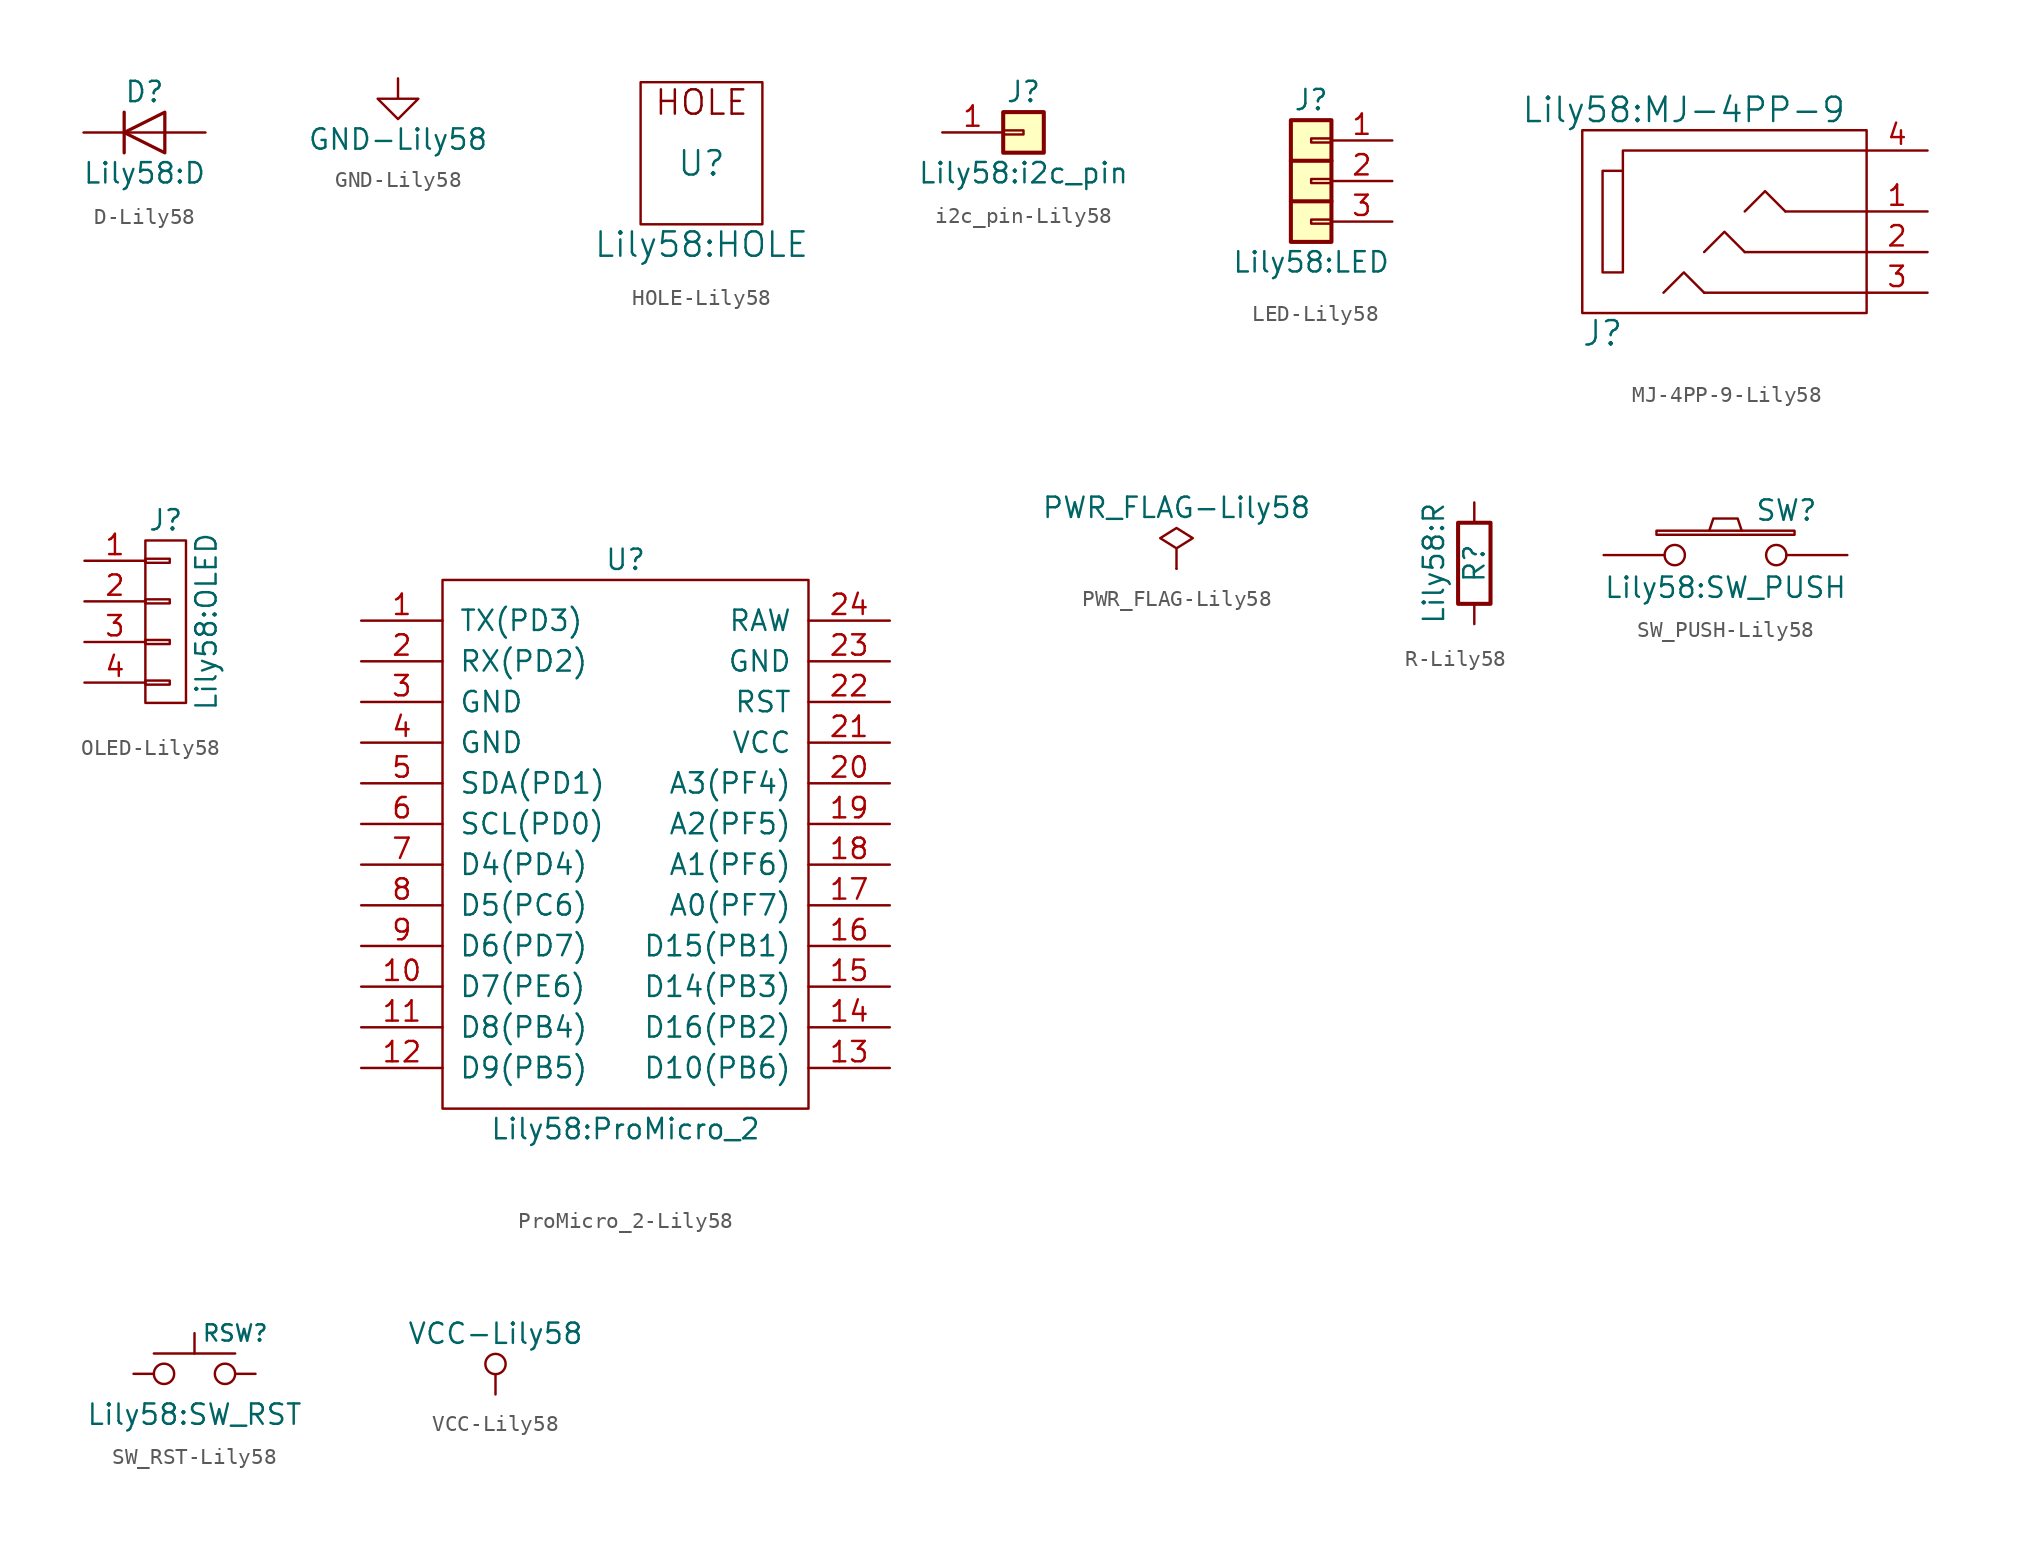
<source format=kicad_sym>
(kicad_symbol_lib
  (version 20220914)
  (generator kicad_symbol_editor)
  (symbol "D-Lily58"
    (pin_numbers hide)
    (pin_names
      (offset 1.016) hide)
    (property "Reference" "D"
      (at 0 2.54 0)
      (effects (font (size 1.27 1.27))))
    (property "Value" "Lily58:D"
      (at 0 -2.54 0)
      (effects (font (size 1.27 1.27))))
    (symbol "D-Lily58_0_1"
      (polyline (pts (xy -1.27 1.27) (xy -1.27 -1.27)) (stroke (width 0.203) (type solid)) (fill (type none)))
      (polyline (pts (xy 1.27 0) (xy -1.27 0)) (stroke (width 0) (type solid)) (fill (type none)))
      (polyline (pts (xy 1.27 1.27) (xy 1.27 -1.27) (xy -1.27 0) (xy 1.27 1.27)) (stroke (width 0.203) (type solid)) (fill (type none))))
    (symbol "D-Lily58_1_1"
      (pin passive line (at -3.81 0 0) (length 2.54) (name "K" (effects (font (size 1.27 1.27)))) (number "1" (effects (font (size 1.27 1.27)))))
      (pin passive line (at 3.81 0 180) (length 2.54) (name "A" (effects (font (size 1.27 1.27)))) (number "2" (effects (font (size 1.27 1.27)))))))
  (symbol "GND-Lily58"
    (power)
    (pin_names
      (offset 0))
    (property "Reference" "#PWR"
      (at 0 -6.35 0)
      (effects (font (size 1.27 1.27)) hide))
    (property "Value" "GND-Lily58"
      (at 0 -3.81 0)
      (effects (font (size 1.27 1.27))))
    (symbol "GND-Lily58_1_1"
      (polyline (pts (xy 0 0) (xy 0 -1.27) (xy 1.27 -1.27) (xy 0 -2.54) (xy -1.27 -1.27) (xy 0 -1.27)) (stroke (width 0) (type solid)) (fill (type none)))
      (pin power_in line (at 0 0 0) (length 0) hide (name "GND" (effects (font (size 1.27 1.27)))) (number "1" (effects (font (size 1.27 1.27)))))))
  (symbol "HOLE-Lily58"
    (pin_names
      (offset 1.016))
    (property "Reference" "U"
      (at 0 0 0)
      (effects (font (size 1.524 1.524))))
    (property "Value" "Lily58:HOLE"
      (at 0 -5.08 0)
      (effects (font (size 1.524 1.524))))
    (property "Footprint" ""
      (at 0 0 0)
      (effects (font (size 1.524 1.524))))
    (property "Datasheet" ""
      (at 0 0 0)
      (effects (font (size 1.524 1.524))))
    (symbol "HOLE-Lily58_0_0"
      (text "HOLE" (at 0 3.81 0) (effects (font (size 1.524 1.524)))))
    (symbol "HOLE-Lily58_0_1"
      (rectangle (start 3.81 5.08) (end -3.81 -3.81) (stroke (width 0) (type solid)) (fill (type none)))))
  (symbol "i2c_pin-Lily58"
    (pin_names
      (offset 1.016) hide)
    (property "Reference" "J"
      (at 0 2.54 0)
      (effects (font (size 1.27 1.27))))
    (property "Value" "Lily58:i2c_pin"
      (at 0 -2.54 0)
      (effects (font (size 1.27 1.27))))
    (symbol "i2c_pin-Lily58_1_1"
      (rectangle (start -1.27 0.127) (end 0 -0.127) (stroke (width 0.152) (type solid)) (fill (type none)))
      (rectangle (start -1.27 1.27) (end 1.27 -1.27) (stroke (width 0.254) (type solid)) (fill (type background)))
      (pin passive line (at -5.08 0 0) (length 3.81) (name "Pin_1" (effects (font (size 1.27 1.27)))) (number "1" (effects (font (size 1.27 1.27)))))))
  (symbol "LED-Lily58"
    (pin_names
      (offset 1.016) hide)
    (property "Reference" "J"
      (at 0 5.08 0)
      (effects (font (size 1.27 1.27))))
    (property "Value" "Lily58:LED"
      (at 0 -5.08 0)
      (effects (font (size 1.27 1.27))))
    (symbol "LED-Lily58_1_1"
      (rectangle (start -1.27 3.81) (end 1.27 -3.81) (stroke (width 0.254) (type solid)) (fill (type background)))
      (rectangle (start 0 -2.413) (end 1.27 -2.667) (stroke (width 0.152) (type solid)) (fill (type none)))
      (polyline (pts (xy -1.27 -1.27) (xy 1.27 -1.27)) (stroke (width 0.254) (type solid)) (fill (type none)))
      (polyline (pts (xy -1.27 1.27) (xy 1.27 1.27)) (stroke (width 0.254) (type solid)) (fill (type none)))
      (rectangle (start 0 0.127) (end 1.27 -0.127) (stroke (width 0.152) (type solid)) (fill (type none)))
      (rectangle (start 0 2.667) (end 1.27 2.413) (stroke (width 0.152) (type solid)) (fill (type none)))
      (pin passive line (at 5.08 2.54 180) (length 3.81) (name "Pin_1" (effects (font (size 1.27 1.27)))) (number "1" (effects (font (size 1.27 1.27)))))
      (pin passive line (at 5.08 0 180) (length 3.81) (name "Pin_2" (effects (font (size 1.27 1.27)))) (number "2" (effects (font (size 1.27 1.27)))))
      (pin passive line (at 5.08 -2.54 180) (length 3.81) (name "Pin_3" (effects (font (size 1.27 1.27)))) (number "3" (effects (font (size 1.27 1.27)))))))
  (symbol "MJ-4PP-9-Lily58"
    (pin_names
      (offset 1.016))
    (property "Reference" "J"
      (at -8.89 -7.62 0)
      (effects (font (size 1.524 1.524))))
    (property "Value" "Lily58:MJ-4PP-9"
      (at -3.81 6.35 0)
      (effects (font (size 1.524 1.524))))
    (property "Footprint" ""
      (at 0 0 0)
      (effects (font (size 1.524 1.524))))
    (property "Datasheet" ""
      (at 0 0 0)
      (effects (font (size 1.524 1.524))))
    (symbol "MJ-4PP-9-Lily58_0_1"
      (rectangle (start -7.62 2.54) (end -8.89 -3.81) (stroke (width 0) (type solid)) (fill (type none)))
      (polyline (pts (xy 2.54 0) (xy 7.62 0)) (stroke (width 0) (type solid)) (fill (type none)))
      (polyline (pts (xy -2.54 -5.08) (xy 7.62 -5.08) (xy 7.62 -5.08)) (stroke (width 0) (type solid)) (fill (type none)))
      (polyline (pts (xy 0 -2.54) (xy -1.27 -1.27) (xy -2.54 -2.54)) (stroke (width 0) (type solid)) (fill (type none)))
      (polyline (pts (xy 0 0) (xy 1.27 1.27) (xy 2.54 0)) (stroke (width 0) (type solid)) (fill (type none)))
      (polyline (pts (xy 7.62 3.81) (xy -7.62 3.81) (xy -7.62 2.54)) (stroke (width 0) (type solid)) (fill (type none)))
      (polyline (pts (xy -2.54 -5.08) (xy -3.81 -3.81) (xy -5.08 -5.08) (xy -5.08 -5.08)) (stroke (width 0) (type solid)) (fill (type none)))
      (polyline (pts (xy 0 -2.54) (xy 7.62 -2.54) (xy 7.62 -2.54) (xy 7.62 -2.54)) (stroke (width 0) (type solid)) (fill (type none)))
      (rectangle (start 7.62 -6.35) (end -10.16 5.08) (stroke (width 0) (type solid)) (fill (type none))))
    (symbol "MJ-4PP-9-Lily58_1_1"
      (pin passive line (at 11.43 0 180) (length 3.81) (name "~" (effects (font (size 1.27 1.27)))) (number "1" (effects (font (size 1.27 1.27)))))
      (pin passive line (at 11.43 -2.54 180) (length 3.81) (name "~" (effects (font (size 1.27 1.27)))) (number "2" (effects (font (size 1.27 1.27)))))
      (pin passive line (at 11.43 -5.08 180) (length 3.81) (name "~" (effects (font (size 1.27 1.27)))) (number "3" (effects (font (size 1.27 1.27)))))
      (pin passive line (at 11.43 3.81 180) (length 3.81) (name "~" (effects (font (size 1.27 1.27)))) (number "4" (effects (font (size 1.27 1.27)))))))
  (symbol "OLED-Lily58"
    (pin_names
      (offset 1.016) hide)
    (property "Reference" "J"
      (at 0 6.35 0)
      (effects (font (size 1.27 1.27))))
    (property "Value" "Lily58:OLED"
      (at 2.54 0 90)
      (effects (font (size 1.27 1.27))))
    (property "Footprint" ""
      (at 0 0 0)
      (effects (font (size 1.27 1.27))))
    (property "Datasheet" ""
      (at 0 0 0)
      (effects (font (size 1.27 1.27))))
    (symbol "OLED-Lily58_0_1"
      (rectangle (start -1.27 -3.683) (end 0.254 -3.937) (stroke (width 0) (type solid)) (fill (type none)))
      (rectangle (start -1.27 -1.143) (end 0.254 -1.397) (stroke (width 0) (type solid)) (fill (type none)))
      (rectangle (start -1.27 1.397) (end 0.254 1.143) (stroke (width 0) (type solid)) (fill (type none)))
      (rectangle (start -1.27 3.937) (end 0.254 3.683) (stroke (width 0) (type solid)) (fill (type none)))
      (rectangle (start -1.27 5.08) (end 1.27 -5.08) (stroke (width 0) (type solid)) (fill (type none))))
    (symbol "OLED-Lily58_1_1"
      (pin passive line (at -5.08 3.81 0) (length 3.81) (name "P1" (effects (font (size 1.27 1.27)))) (number "1" (effects (font (size 1.27 1.27)))))
      (pin passive line (at -5.08 1.27 0) (length 3.81) (name "P2" (effects (font (size 1.27 1.27)))) (number "2" (effects (font (size 1.27 1.27)))))
      (pin passive line (at -5.08 -1.27 0) (length 3.81) (name "P3" (effects (font (size 1.27 1.27)))) (number "3" (effects (font (size 1.27 1.27)))))
      (pin passive line (at -5.08 -3.81 0) (length 3.81) (name "P4" (effects (font (size 1.27 1.27)))) (number "4" (effects (font (size 1.27 1.27)))))))
  (symbol "ProMicro_2-Lily58"
    (pin_names
      (offset 1.016))
    (property "Reference" "U"
      (at 0 17.78 0)
      (effects (font (size 1.27 1.27))))
    (property "Value" "Lily58:ProMicro_2"
      (at 0 -17.78 0)
      (effects (font (size 1.27 1.27))))
    (symbol "ProMicro_2-Lily58_0_1"
      (rectangle (start -11.43 16.51) (end 11.43 -16.51) (stroke (width 0) (type solid)) (fill (type none))))
    (symbol "ProMicro_2-Lily58_1_1"
      (pin input line (at -16.51 13.97 0) (length 5.08) (name "TX(PD3)" (effects (font (size 1.27 1.27)))) (number "1" (effects (font (size 1.27 1.27)))))
      (pin input line (at -16.51 -8.89 0) (length 5.08) (name "D7(PE6)" (effects (font (size 1.27 1.27)))) (number "10" (effects (font (size 1.27 1.27)))))
      (pin input line (at -16.51 -11.43 0) (length 5.08) (name "D8(PB4)" (effects (font (size 1.27 1.27)))) (number "11" (effects (font (size 1.27 1.27)))))
      (pin input line (at -16.51 -13.97 0) (length 5.08) (name "D9(PB5)" (effects (font (size 1.27 1.27)))) (number "12" (effects (font (size 1.27 1.27)))))
      (pin input line (at 16.51 -13.97 180) (length 5.08) (name "D10(PB6)" (effects (font (size 1.27 1.27)))) (number "13" (effects (font (size 1.27 1.27)))))
      (pin input line (at 16.51 -11.43 180) (length 5.08) (name "D16(PB2)" (effects (font (size 1.27 1.27)))) (number "14" (effects (font (size 1.27 1.27)))))
      (pin input line (at 16.51 -8.89 180) (length 5.08) (name "D14(PB3)" (effects (font (size 1.27 1.27)))) (number "15" (effects (font (size 1.27 1.27)))))
      (pin input line (at 16.51 -6.35 180) (length 5.08) (name "D15(PB1)" (effects (font (size 1.27 1.27)))) (number "16" (effects (font (size 1.27 1.27)))))
      (pin input line (at 16.51 -3.81 180) (length 5.08) (name "A0(PF7)" (effects (font (size 1.27 1.27)))) (number "17" (effects (font (size 1.27 1.27)))))
      (pin input line (at 16.51 -1.27 180) (length 5.08) (name "A1(PF6)" (effects (font (size 1.27 1.27)))) (number "18" (effects (font (size 1.27 1.27)))))
      (pin input line (at 16.51 1.27 180) (length 5.08) (name "A2(PF5)" (effects (font (size 1.27 1.27)))) (number "19" (effects (font (size 1.27 1.27)))))
      (pin input line (at -16.51 11.43 0) (length 5.08) (name "RX(PD2)" (effects (font (size 1.27 1.27)))) (number "2" (effects (font (size 1.27 1.27)))))
      (pin input line (at 16.51 3.81 180) (length 5.08) (name "A3(PF4)" (effects (font (size 1.27 1.27)))) (number "20" (effects (font (size 1.27 1.27)))))
      (pin input line (at 16.51 6.35 180) (length 5.08) (name "VCC" (effects (font (size 1.27 1.27)))) (number "21" (effects (font (size 1.27 1.27)))))
      (pin input line (at 16.51 8.89 180) (length 5.08) (name "RST" (effects (font (size 1.27 1.27)))) (number "22" (effects (font (size 1.27 1.27)))))
      (pin input line (at 16.51 11.43 180) (length 5.08) (name "GND" (effects (font (size 1.27 1.27)))) (number "23" (effects (font (size 1.27 1.27)))))
      (pin input line (at 16.51 13.97 180) (length 5.08) (name "RAW" (effects (font (size 1.27 1.27)))) (number "24" (effects (font (size 1.27 1.27)))))
      (pin input line (at -16.51 8.89 0) (length 5.08) (name "GND" (effects (font (size 1.27 1.27)))) (number "3" (effects (font (size 1.27 1.27)))))
      (pin input line (at -16.51 6.35 0) (length 5.08) (name "GND" (effects (font (size 1.27 1.27)))) (number "4" (effects (font (size 1.27 1.27)))))
      (pin input line (at -16.51 3.81 0) (length 5.08) (name "SDA(PD1)" (effects (font (size 1.27 1.27)))) (number "5" (effects (font (size 1.27 1.27)))))
      (pin input line (at -16.51 1.27 0) (length 5.08) (name "SCL(PD0)" (effects (font (size 1.27 1.27)))) (number "6" (effects (font (size 1.27 1.27)))))
      (pin input line (at -16.51 -1.27 0) (length 5.08) (name "D4(PD4)" (effects (font (size 1.27 1.27)))) (number "7" (effects (font (size 1.27 1.27)))))
      (pin input line (at -16.51 -3.81 0) (length 5.08) (name "D5(PC6)" (effects (font (size 1.27 1.27)))) (number "8" (effects (font (size 1.27 1.27)))))
      (pin input line (at -16.51 -6.35 0) (length 5.08) (name "D6(PD7)" (effects (font (size 1.27 1.27)))) (number "9" (effects (font (size 1.27 1.27)))))))
  (symbol "PWR_FLAG-Lily58"
    (power)
    (pin_numbers hide)
    (pin_names
      (offset 0) hide)
    (property "Reference" "#FLG"
      (at 0 0 0)
      (effects (font (size 1.27 1.27)) hide))
    (property "Value" "PWR_FLAG-Lily58"
      (at 0 3.81 0)
      (effects (font (size 1.27 1.27))))
    (symbol "PWR_FLAG-Lily58_0_0"
      (pin power_out line (at 0 0 90) (length 0) (name "pwr" (effects (font (size 1.27 1.27)))) (number "1" (effects (font (size 1.27 1.27))))))
    (symbol "PWR_FLAG-Lily58_0_1"
      (polyline (pts (xy 0 0) (xy 0 1.27) (xy -1.016 1.905) (xy 0 2.54) (xy 1.016 1.905) (xy 0 1.27)) (stroke (width 0) (type solid)) (fill (type none)))))
  (symbol "R-Lily58"
    (pin_numbers hide)
    (pin_names
      (offset 0))
    (property "Reference" "R"
      (at 0 0 90)
      (effects (font (size 1.27 1.27))))
    (property "Value" "Lily58:R"
      (at -2.54 0 90)
      (effects (font (size 1.27 1.27))))
    (symbol "R-Lily58_0_1"
      (rectangle (start -1.016 -2.54) (end 1.016 2.54) (stroke (width 0.254) (type solid)) (fill (type none))))
    (symbol "R-Lily58_1_1"
      (pin passive line (at 0 3.81 270) (length 1.27) (name "~" (effects (font (size 1.27 1.27)))) (number "1" (effects (font (size 1.27 1.27)))))
      (pin passive line (at 0 -3.81 90) (length 1.27) (name "~" (effects (font (size 1.27 1.27)))) (number "2" (effects (font (size 1.27 1.27)))))))
  (symbol "SW_PUSH-Lily58"
    (pin_numbers hide)
    (pin_names
      (offset 1.016) hide)
    (property "Reference" "SW"
      (at 3.81 2.794 0)
      (effects (font (size 1.27 1.27))))
    (property "Value" "Lily58:SW_PUSH"
      (at 0 -2.032 0)
      (effects (font (size 1.27 1.27))))
    (property "Footprint" ""
      (at 0 0 0)
      (effects (font (size 1.27 1.27))))
    (property "Datasheet" ""
      (at 0 0 0)
      (effects (font (size 1.27 1.27))))
    (symbol "SW_PUSH-Lily58_0_1"
      (rectangle (start -4.318 1.27) (end 4.318 1.524) (stroke (width 0) (type solid)) (fill (type none)))
      (polyline (pts (xy -1.016 1.524) (xy -0.762 2.286) (xy 0.762 2.286) (xy 1.016 1.524)) (stroke (width 0) (type solid)) (fill (type none)))
      (pin passive inverted (at -7.62 0 0) (length 5.08) (name "1" (effects (font (size 1.27 1.27)))) (number "1" (effects (font (size 1.27 1.27)))))
      (pin passive inverted (at 7.62 0 180) (length 5.08) (name "2" (effects (font (size 1.27 1.27)))) (number "2" (effects (font (size 1.27 1.27)))))))
  (symbol "SW_RST-Lily58"
    (pin_numbers hide)
    (pin_names
      (offset 1.016) hide)
    (property "Reference" "RSW"
      (at 2.54 2.54 0)
      (effects (font (size 1.016 1.016))))
    (property "Value" "Lily58:SW_RST"
      (at 0 -2.54 0)
      (effects (font (size 1.27 1.27))))
    (symbol "SW_RST-Lily58_0_1"
      (polyline (pts (xy -2.54 1.27) (xy 2.54 1.27)) (stroke (width 0) (type solid)) (fill (type none)))
      (polyline (pts (xy 0 2.54) (xy 0 1.27)) (stroke (width 0) (type solid)) (fill (type none)))
      (pin passive inverted (at -3.81 0 0) (length 2.54) (name "1" (effects (font (size 1.27 1.27)))) (number "1" (effects (font (size 1.27 1.27)))))
      (pin passive inverted (at 3.81 0 180) (length 2.54) (name "2" (effects (font (size 1.27 1.27)))) (number "2" (effects (font (size 1.27 1.27)))))))
  (symbol "VCC-Lily58"
    (power)
    (pin_names
      (offset 0))
    (property "Reference" "#PWR"
      (at 0 -3.81 0)
      (effects (font (size 1.27 1.27)) hide))
    (property "Value" "VCC-Lily58"
      (at 0 3.81 0)
      (effects (font (size 1.27 1.27))))
    (symbol "VCC-Lily58_0_1"
      (polyline (pts (xy 0 0) (xy 0 1.27)) (stroke (width 0) (type solid)) (fill (type none)))
      (circle (center 0 1.905) (radius 0.635) (stroke (width 0) (type solid)) (fill (type none))))
    (symbol "VCC-Lily58_1_1"
      (pin power_in line (at 0 0 90) (length 0) hide (name "VCC" (effects (font (size 1.27 1.27)))) (number "1" (effects (font (size 1.27 1.27))))))))
</source>
